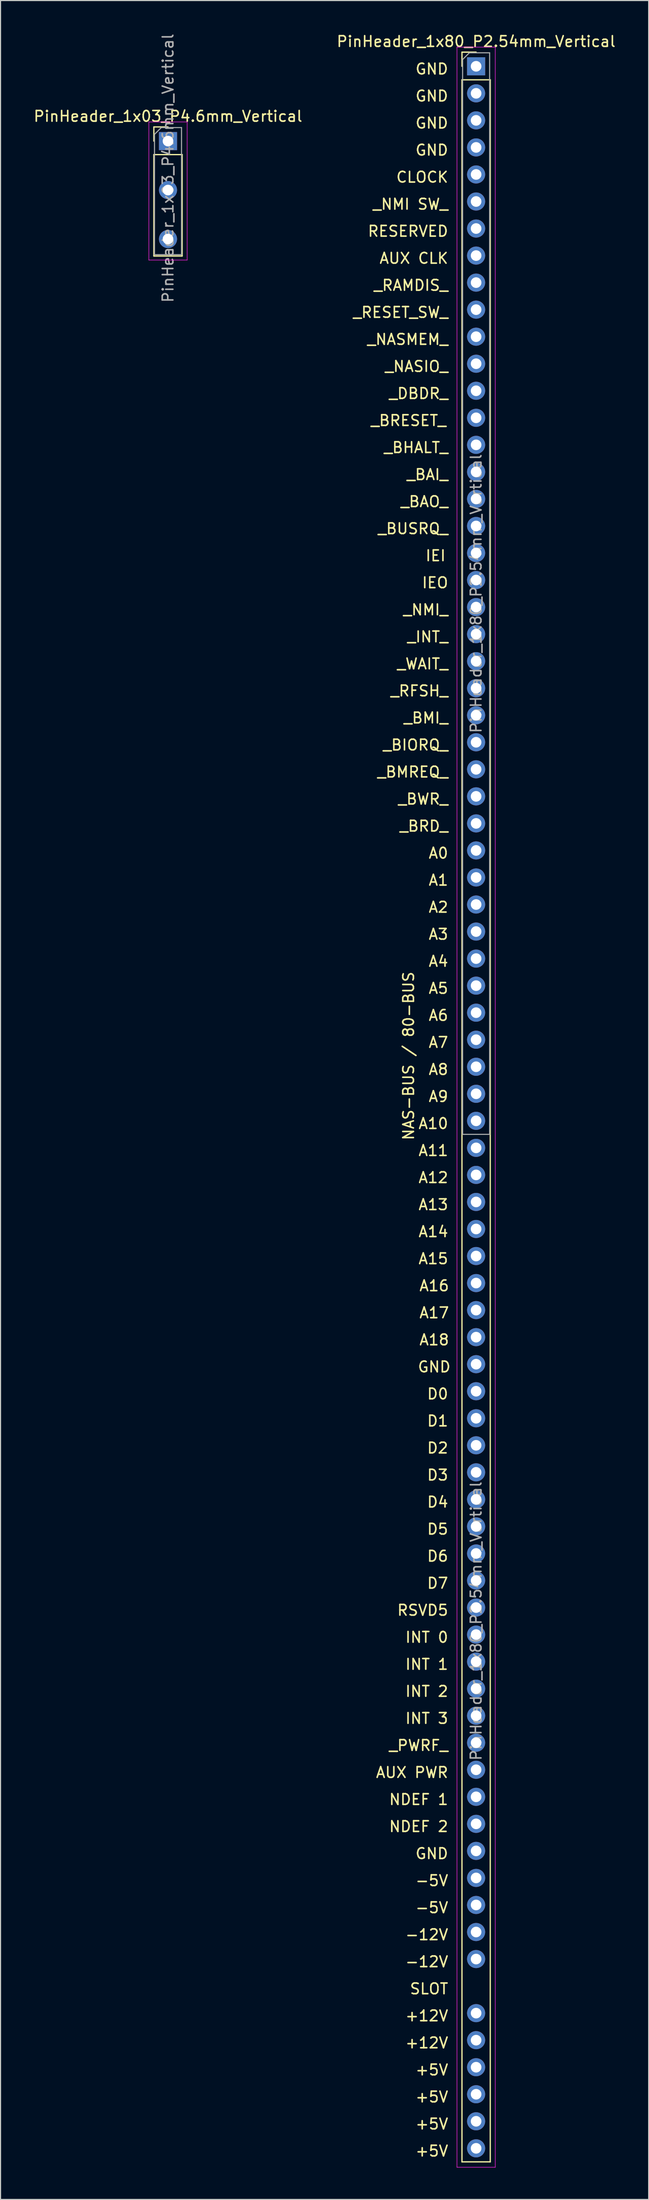
<source format=kicad_pcb>
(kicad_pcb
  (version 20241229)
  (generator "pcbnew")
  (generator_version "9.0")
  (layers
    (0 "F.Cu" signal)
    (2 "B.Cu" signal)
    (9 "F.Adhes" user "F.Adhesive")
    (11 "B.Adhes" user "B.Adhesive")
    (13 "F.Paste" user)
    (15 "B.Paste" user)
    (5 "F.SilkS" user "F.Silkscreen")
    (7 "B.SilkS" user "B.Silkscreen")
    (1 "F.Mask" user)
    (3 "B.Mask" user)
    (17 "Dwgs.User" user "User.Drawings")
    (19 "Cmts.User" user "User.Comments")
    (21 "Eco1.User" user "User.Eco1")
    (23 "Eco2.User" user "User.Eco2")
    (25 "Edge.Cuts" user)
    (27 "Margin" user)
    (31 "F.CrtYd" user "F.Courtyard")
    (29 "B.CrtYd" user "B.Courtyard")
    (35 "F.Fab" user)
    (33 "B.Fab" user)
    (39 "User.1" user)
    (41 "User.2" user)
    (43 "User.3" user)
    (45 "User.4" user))
  (footprint "PinHeader_1x03_P4.6mm_Vertical"
    (layer "F.Cu")
    (at 12.744 10.204)
    (property "Reference" "PinHeader_1x03_P4.6mm_Vertical" (at 0 -2.33 0) (layer "F.SilkS") (effects (font (size 1 1) (thickness 0.15))))
    (attr through_hole)
    (fp_line (start -1.33 -1.33) (end 0 -1.33) (stroke (width 0.12) (type solid)) (layer "F.SilkS"))
    (fp_line (start -1.33 0) (end -1.33 -1.33) (stroke (width 0.12) (type solid)) (layer "F.SilkS"))
    (fp_line (start -1.33 1.27) (end -1.33 10.795) (stroke (width 0.12) (type solid)) (layer "F.SilkS"))
    (fp_line (start -1.33 1.27) (end 1.33 1.27) (stroke (width 0.12) (type solid)) (layer "F.SilkS"))
    (fp_line (start -1.33 10.795) (end 1.33 10.795) (stroke (width 0.12) (type solid)) (layer "F.SilkS"))
    (fp_line (start 1.33 1.27) (end 1.33 10.795) (stroke (width 0.12) (type solid)) (layer "F.SilkS"))
    (fp_line (start -1.8 -1.8) (end -1.8 11.176) (stroke (width 0.05) (type solid)) (layer "F.CrtYd"))
    (fp_line (start -1.8 11.176) (end 1.8 11.176) (stroke (width 0.05) (type solid)) (layer "F.CrtYd"))
    (fp_line (start 1.8 -1.8) (end -1.8 -1.8) (stroke (width 0.05) (type solid)) (layer "F.CrtYd"))
    (fp_line (start 1.8 11.176) (end 1.8 -1.8) (stroke (width 0.05) (type solid)) (layer "F.CrtYd"))
    (fp_line (start -1.27 -0.635) (end -0.635 -1.27) (stroke (width 0.1) (type solid)) (layer "F.Fab"))
    (fp_line (start -1.27 10.668) (end -1.27 -0.635) (stroke (width 0.1) (type solid)) (layer "F.Fab"))
    (fp_line (start -0.635 -1.27) (end 1.27 -1.27) (stroke (width 0.1) (type solid)) (layer "F.Fab"))
    (fp_line (start 1.27 -1.27) (end 1.27 10.668) (stroke (width 0.1) (type solid)) (layer "F.Fab"))
    (fp_line (start 1.27 10.668) (end -1.27 10.668) (stroke (width 0.1) (type solid)) (layer "F.Fab"))
    (fp_text user "${REFERENCE}" (at 0 2.54 90) (layer "F.Fab") (effects (font (size 1 1) (thickness 0.15))))
    (pad "1" thru_hole rect (at 0 0) (size 1.7 1.7) (drill 1) (layers "*.Cu" "*.Mask"))
    (pad "2" thru_hole oval (at 0 4.6) (size 1.7 1.7) (drill 1) (layers "*.Cu" "*.Mask"))
    (pad "3" thru_hole oval (at 0 9.2) (size 1.7 1.7) (drill 1) (layers "*.Cu" "*.Mask")))
  (footprint "PinHeader_1x80_P2.54mm_Vertical"
    (layer "F.Cu")
    (at 41.708 3.178)
    (property "Reference" "PinHeader_1x80_P2.54mm_Vertical" (at 0 -2.33 0) (layer "F.SilkS") (effects (font (size 1 1) (thickness 0.15))))
    (attr through_hole)
    (fp_line (start -1.33 -1.33) (end 0 -1.33) (stroke (width 0.12) (type solid)) (layer "F.SilkS"))
    (fp_line (start -1.33 0) (end -1.33 -1.33) (stroke (width 0.12) (type solid)) (layer "F.SilkS"))
    (fp_line (start -1.33 1.27) (end -1.33 196.85) (stroke (width 0.12) (type solid)) (layer "F.SilkS"))
    (fp_line (start -1.33 1.27) (end 1.33 1.27) (stroke (width 0.12) (type solid)) (layer "F.SilkS"))
    (fp_line (start -1.33 196.85) (end 1.33 196.85) (stroke (width 0.12) (type solid)) (layer "F.SilkS"))
    (fp_line (start 1.33 1.27) (end 1.33 196.85) (stroke (width 0.12) (type solid)) (layer "F.SilkS"))
    (fp_line (start -1.8 -1.8) (end -1.8 197.358) (stroke (width 0.05) (type solid)) (layer "F.CrtYd"))
    (fp_line (start -1.8 197.358) (end 1.8 197.358) (stroke (width 0.05) (type solid)) (layer "F.CrtYd"))
    (fp_line (start 1.8 -1.8) (end -1.8 -1.8) (stroke (width 0.05) (type solid)) (layer "F.CrtYd"))
    (fp_line (start 1.8 197.358) (end 1.8 -1.8) (stroke (width 0.05) (type solid)) (layer "F.CrtYd"))
    (fp_line (start -1.27 -0.635) (end -0.635 -1.27) (stroke (width 0.1) (type solid)) (layer "F.Fab"))
    (fp_line (start -1.27 100.33) (end -1.27 -0.635) (stroke (width 0.1) (type solid)) (layer "F.Fab"))
    (fp_line (start -0.635 -1.27) (end 1.27 -1.27) (stroke (width 0.1) (type solid)) (layer "F.Fab"))
    (fp_line (start 1.27 -1.27) (end 1.27 100.33) (stroke (width 0.1) (type solid)) (layer "F.Fab"))
    (fp_line (start 1.27 100.33) (end -1.27 100.33) (stroke (width 0.1) (type solid)) (layer "F.Fab"))
    (fp_text user "GND" (at -2.54 5.334 0) (layer "F.SilkS") (effects (font (size 1 1) (thickness 0.15)) (justify right)))
    (fp_text user "-12V" (at -2.54 178.054 0) (layer "F.SilkS") (effects (font (size 1 1) (thickness 0.15)) (justify right)))
    (fp_text user "NDEF 2" (at -2.54 165.354 0) (layer "F.SilkS") (effects (font (size 1 1) (thickness 0.15)) (justify right)))
    (fp_text user "_BAO_" (at -2.54 40.894 0) (layer "F.SilkS") (effects (font (size 1 1) (thickness 0.15)) (justify right)))
    (fp_text user "D7" (at -2.54 142.494 0) (layer "F.SilkS") (effects (font (size 1 1) (thickness 0.15)) (justify right)))
    (fp_text user "_RESET_SW_" (at -2.54 23.114 0) (layer "F.SilkS") (effects (font (size 1 1) (thickness 0.15)) (justify right)))
    (fp_text user "CLOCK" (at -2.54 10.414 0) (layer "F.SilkS") (effects (font (size 1 1) (thickness 0.15)) (justify right)))
    (fp_text user "-5V" (at -2.54 172.974 0) (layer "F.SilkS") (effects (font (size 1 1) (thickness 0.15)) (justify right)))
    (fp_text user "_RFSH_" (at -2.54 58.674 0) (layer "F.SilkS") (effects (font (size 1 1) (thickness 0.15)) (justify right)))
    (fp_text user "IEI" (at -3.81 45.974 0) (layer "F.SilkS") (effects (font (size 1 1) (thickness 0.15))))
    (fp_text user "A9" (at -2.54 96.774 0) (layer "F.SilkS") (effects (font (size 1 1) (thickness 0.15)) (justify right)))
    (fp_text user "A14" (at -2.54 109.474 0) (layer "F.SilkS") (effects (font (size 1 1) (thickness 0.15)) (justify right)))
    (fp_text user "A13" (at -2.54 106.934 0) (layer "F.SilkS") (effects (font (size 1 1) (thickness 0.15)) (justify right)))
    (fp_text user "D0" (at -2.54 124.714 0) (layer "F.SilkS") (effects (font (size 1 1) (thickness 0.15)) (justify right)))
    (fp_text user "_DBDR_" (at -2.54 30.734 0) (layer "F.SilkS") (effects (font (size 1 1) (thickness 0.15)) (justify right)))
    (fp_text user "_WAIT_" (at -2.54 56.134 0) (layer "F.SilkS") (effects (font (size 1 1) (thickness 0.15)) (justify right)))
    (fp_text user "NDEF 1" (at -2.54 162.814 0) (layer "F.SilkS") (effects (font (size 1 1) (thickness 0.15)) (justify right)))
    (fp_text user "SLOT" (at -2.54 180.594 0) (layer "F.SilkS") (effects (font (size 1 1) (thickness 0.15)) (justify right)))
    (fp_text user "_BHALT_" (at -2.54 35.814 0) (layer "F.SilkS") (effects (font (size 1 1) (thickness 0.15)) (justify right)))
    (fp_text user "_NMI SW_" (at -2.54 12.954 0) (layer "F.SilkS") (effects (font (size 1 1) (thickness 0.15)) (justify right)))
    (fp_text user "D2" (at -2.54 129.794 0) (layer "F.SilkS") (effects (font (size 1 1) (thickness 0.15)) (justify right)))
    (fp_text user "GND" (at -2.54 0.254 0) (layer "F.SilkS") (effects (font (size 1 1) (thickness 0.15)) (justify right)))
    (fp_text user "A4" (at -2.54 84.074 0) (layer "F.SilkS") (effects (font (size 1 1) (thickness 0.15)) (justify right)))
    (fp_text user "GND" (at -2.54 7.874 0) (layer "F.SilkS") (effects (font (size 1 1) (thickness 0.15)) (justify right)))
    (fp_text user "A12" (at -2.54 104.394 0) (layer "F.SilkS") (effects (font (size 1 1) (thickness 0.15)) (justify right)))
    (fp_text user "GND" (at -2.54 2.794 0) (layer "F.SilkS") (effects (font (size 1 1) (thickness 0.15)) (justify right)))
    (fp_text user "A18" (at -3.937 119.634 0) (layer "F.SilkS") (effects (font (size 1 1) (thickness 0.15))))
    (fp_text user "D6" (at -2.54 139.954 0) (layer "F.SilkS") (effects (font (size 1 1) (thickness 0.15)) (justify right)))
    (fp_text user "A3" (at -2.54 81.534 0) (layer "F.SilkS") (effects (font (size 1 1) (thickness 0.15)) (justify right)))
    (fp_text user "_BMI_" (at -2.54 61.214 0) (layer "F.SilkS") (effects (font (size 1 1) (thickness 0.15)) (justify right)))
    (fp_text user "GND" (at -3.937 122.174 0) (layer "F.SilkS") (effects (font (size 1 1) (thickness 0.15))))
    (fp_text user "INT 0" (at -2.54 147.574 0) (layer "F.SilkS") (effects (font (size 1 1) (thickness 0.15)) (justify right)))
    (fp_text user "GND" (at -2.54 167.894 0) (layer "F.SilkS") (effects (font (size 1 1) (thickness 0.15)) (justify right)))
    (fp_text user "D3" (at -2.54 132.334 0) (layer "F.SilkS") (effects (font (size 1 1) (thickness 0.15)) (justify right)))
    (fp_text user "_BAI_" (at -2.54 38.354 0) (layer "F.SilkS") (effects (font (size 1 1) (thickness 0.15)) (justify right)))
    (fp_text user "_BWR_" (at -2.54 68.834 0) (layer "F.SilkS") (effects (font (size 1 1) (thickness 0.15)) (justify right)))
    (fp_text user "_NMI_" (at -2.54 51.054 0) (layer "F.SilkS") (effects (font (size 1 1) (thickness 0.15)) (justify right)))
    (fp_text user "D5" (at -2.54 137.414 0) (layer "F.SilkS") (effects (font (size 1 1) (thickness 0.15)) (justify right)))
    (fp_text user "_BUSRQ_" (at -2.54 43.434 0) (layer "F.SilkS") (effects (font (size 1 1) (thickness 0.15)) (justify right)))
    (fp_text user "D4" (at -2.54 134.874 0) (layer "F.SilkS") (effects (font (size 1 1) (thickness 0.15)) (justify right)))
    (fp_text user "A17" (at -3.937 117.094 0) (layer "F.SilkS") (effects (font (size 1 1) (thickness 0.15))))
    (fp_text user "A5" (at -2.54 86.614 0) (layer "F.SilkS") (effects (font (size 1 1) (thickness 0.15)) (justify right)))
    (fp_text user "IEO" (at -2.54 48.514 0) (layer "F.SilkS") (effects (font (size 1 1) (thickness 0.15)) (justify right)))
    (fp_text user "A0" (at -2.54 73.914 0) (layer "F.SilkS") (effects (font (size 1 1) (thickness 0.15)) (justify right)))
    (fp_text user "NAS-BUS / 80-BUS" (at -6.35 92.964 90) (layer "F.SilkS") (effects (font (size 1 1) (thickness 0.15))))
    (fp_text user "INT 1" (at -2.54 150.114 0) (layer "F.SilkS") (effects (font (size 1 1) (thickness 0.15)) (justify right)))
    (fp_text user "A8" (at -2.54 94.234 0) (layer "F.SilkS") (effects (font (size 1 1) (thickness 0.15)) (justify right)))
    (fp_text user "_BRESET_" (at -6.35 33.274 0) (layer "F.SilkS") (effects (font (size 1 1) (thickness 0.15))))
    (fp_text user "A16" (at -3.937 114.554 0) (layer "F.SilkS") (effects (font (size 1 1) (thickness 0.15))))
    (fp_text user "-12V" (at -2.54 175.514 0) (layer "F.SilkS") (effects (font (size 1 1) (thickness 0.15)) (justify right)))
    (fp_text user "RSVD5" (at -2.54 145.034 0) (layer "F.SilkS") (effects (font (size 1 1) (thickness 0.15)) (justify right)))
    (fp_text user "+5V" (at -2.54 195.834 0) (layer "F.SilkS") (effects (font (size 1 1) (thickness 0.15)) (justify right)))
    (fp_text user "_BMREQ_" (at -2.54 66.294 0) (layer "F.SilkS") (effects (font (size 1 1) (thickness 0.15)) (justify right)))
    (fp_text user "D1" (at -2.54 127.254 0) (layer "F.SilkS") (effects (font (size 1 1) (thickness 0.15)) (justify right)))
    (fp_text user "A2" (at -2.54 78.994 0) (layer "F.SilkS") (effects (font (size 1 1) (thickness 0.15)) (justify right)))
    (fp_text user "A1" (at -2.54 76.454 0) (layer "F.SilkS") (effects (font (size 1 1) (thickness 0.15)) (justify right)))
    (fp_text user "_NASIO_" (at -2.54 28.194 0) (layer "F.SilkS") (effects (font (size 1 1) (thickness 0.15)) (justify right)))
    (fp_text user "A6" (at -2.54 89.154 0) (layer "F.SilkS") (effects (font (size 1 1) (thickness 0.15)) (justify right)))
    (fp_text user "_BIORQ_" (at -2.54 63.754 0) (layer "F.SilkS") (effects (font (size 1 1) (thickness 0.15)) (justify right)))
    (fp_text user "AUX CLK" (at -2.54 18.034 0) (layer "F.SilkS") (effects (font (size 1 1) (thickness 0.15)) (justify right)))
    (fp_text user "INT 2" (at -2.54 152.654 0) (layer "F.SilkS") (effects (font (size 1 1) (thickness 0.15)) (justify right)))
    (fp_text user "A7" (at -2.54 91.694 0) (layer "F.SilkS") (effects (font (size 1 1) (thickness 0.15)) (justify right)))
    (fp_text user "+5V" (at -2.54 188.214 0) (layer "F.SilkS") (effects (font (size 1 1) (thickness 0.15)) (justify right)))
    (fp_text user "_INT_" (at -2.54 53.594 0) (layer "F.SilkS") (effects (font (size 1 1) (thickness 0.15)) (justify right)))
    (fp_text user "+5V" (at -2.54 193.294 0) (layer "F.SilkS") (effects (font (size 1 1) (thickness 0.15)) (justify right)))
    (fp_text user "_RAMDIS_" (at -2.54 20.574 0) (layer "F.SilkS") (effects (font (size 1 1) (thickness 0.15)) (justify right)))
    (fp_text user "A11" (at -2.54 101.854 0) (layer "F.SilkS") (effects (font (size 1 1) (thickness 0.15)) (justify right)))
    (fp_text user "A10" (at -2.54 99.314 0) (layer "F.SilkS") (effects (font (size 1 1) (thickness 0.15)) (justify right)))
    (fp_text user "AUX PWR" (at -2.54 160.274 0) (layer "F.SilkS") (effects (font (size 1 1) (thickness 0.15)) (justify right)))
    (fp_text user "+5V" (at -2.54 190.754 0) (layer "F.SilkS") (effects (font (size 1 1) (thickness 0.15)) (justify right)))
    (fp_text user "-5V" (at -2.54 170.434 0) (layer "F.SilkS") (effects (font (size 1 1) (thickness 0.15)) (justify right)))
    (fp_text user "A15" (at -2.54 112.014 0) (layer "F.SilkS") (effects (font (size 1 1) (thickness 0.15)) (justify right)))
    (fp_text user "_NASMEM_" (at -2.54 25.654 0) (layer "F.SilkS") (effects (font (size 1 1) (thickness 0.15)) (justify right)))
    (fp_text user "_BRD_" (at -2.54 71.374 0) (layer "F.SilkS") (effects (font (size 1 1) (thickness 0.15)) (justify right)))
    (fp_text user "_PWRF_" (at -2.54 157.734 0) (layer "F.SilkS") (effects (font (size 1 1) (thickness 0.15)) (justify right)))
    (fp_text user "INT 3" (at -2.54 155.194 0) (layer "F.SilkS") (effects (font (size 1 1) (thickness 0.15)) (justify right)))
    (fp_text user "+12V" (at -2.54 183.134 0) (layer "F.SilkS") (effects (font (size 1 1) (thickness 0.15)) (justify right)))
    (fp_text user "+12V" (at -2.54 185.674 0) (layer "F.SilkS") (effects (font (size 1 1) (thickness 0.15)) (justify right)))
    (fp_text user "RESERVED" (at -2.54 15.494 0) (layer "F.SilkS") (effects (font (size 1 1) (thickness 0.15)) (justify right)))
    (fp_text user "${REFERENCE}" (at 0 146.05 90) (layer "F.Fab") (effects (font (size 1 1) (thickness 0.15))))
    (fp_text user "${REFERENCE}" (at 0 49.53 90) (layer "F.Fab") (effects (font (size 1 1) (thickness 0.15))))
    (pad "1" thru_hole rect (at 0 0) (size 1.7 1.7) (drill 1) (layers "*.Cu" "*.Mask"))
    (pad "2" thru_hole oval (at 0 2.54) (size 1.7 1.7) (drill 1) (layers "*.Cu" "*.Mask"))
    (pad "3" thru_hole oval (at 0 5.08) (size 1.7 1.7) (drill 1) (layers "*.Cu" "*.Mask"))
    (pad "4" thru_hole oval (at 0 7.62) (size 1.7 1.7) (drill 1) (layers "*.Cu" "*.Mask"))
    (pad "5" thru_hole oval (at 0 10.16) (size 1.7 1.7) (drill 1) (layers "*.Cu" "*.Mask"))
    (pad "6" thru_hole oval (at 0 12.7) (size 1.7 1.7) (drill 1) (layers "*.Cu" "*.Mask"))
    (pad "7" thru_hole oval (at 0 15.24) (size 1.7 1.7) (drill 1) (layers "*.Cu" "*.Mask"))
    (pad "8" thru_hole oval (at 0 17.78) (size 1.7 1.7) (drill 1) (layers "*.Cu" "*.Mask"))
    (pad "9" thru_hole oval (at 0 20.32) (size 1.7 1.7) (drill 1) (layers "*.Cu" "*.Mask"))
    (pad "10" thru_hole oval (at 0 22.86) (size 1.7 1.7) (drill 1) (layers "*.Cu" "*.Mask"))
    (pad "11" thru_hole oval (at 0 25.4) (size 1.7 1.7) (drill 1) (layers "*.Cu" "*.Mask"))
    (pad "12" thru_hole oval (at 0 27.94) (size 1.7 1.7) (drill 1) (layers "*.Cu" "*.Mask"))
    (pad "13" thru_hole oval (at 0 30.48) (size 1.7 1.7) (drill 1) (layers "*.Cu" "*.Mask"))
    (pad "14" thru_hole oval (at 0 33.02) (size 1.7 1.7) (drill 1) (layers "*.Cu" "*.Mask"))
    (pad "15" thru_hole oval (at 0 35.56) (size 1.7 1.7) (drill 1) (layers "*.Cu" "*.Mask"))
    (pad "16" thru_hole oval (at 0 38.1) (size 1.7 1.7) (drill 1) (layers "*.Cu" "*.Mask"))
    (pad "17" thru_hole oval (at 0 40.64) (size 1.7 1.7) (drill 1) (layers "*.Cu" "*.Mask"))
    (pad "18" thru_hole oval (at 0 43.18) (size 1.7 1.7) (drill 1) (layers "*.Cu" "*.Mask"))
    (pad "19" thru_hole oval (at 0 45.72) (size 1.7 1.7) (drill 1) (layers "*.Cu" "*.Mask"))
    (pad "20" thru_hole oval (at 0 48.26) (size 1.7 1.7) (drill 1) (layers "*.Cu" "*.Mask"))
    (pad "21" thru_hole oval (at 0 50.8) (size 1.7 1.7) (drill 1) (layers "*.Cu" "*.Mask"))
    (pad "22" thru_hole oval (at 0 53.34) (size 1.7 1.7) (drill 1) (layers "*.Cu" "*.Mask"))
    (pad "23" thru_hole oval (at 0 55.88) (size 1.7 1.7) (drill 1) (layers "*.Cu" "*.Mask"))
    (pad "24" thru_hole oval (at 0 58.42) (size 1.7 1.7) (drill 1) (layers "*.Cu" "*.Mask"))
    (pad "25" thru_hole oval (at 0 60.96) (size 1.7 1.7) (drill 1) (layers "*.Cu" "*.Mask"))
    (pad "26" thru_hole oval (at 0 63.5) (size 1.7 1.7) (drill 1) (layers "*.Cu" "*.Mask"))
    (pad "27" thru_hole oval (at 0 66.04) (size 1.7 1.7) (drill 1) (layers "*.Cu" "*.Mask"))
    (pad "28" thru_hole oval (at 0 68.58) (size 1.7 1.7) (drill 1) (layers "*.Cu" "*.Mask"))
    (pad "29" thru_hole oval (at 0 71.12) (size 1.7 1.7) (drill 1) (layers "*.Cu" "*.Mask"))
    (pad "30" thru_hole oval (at 0 73.66) (size 1.7 1.7) (drill 1) (layers "*.Cu" "*.Mask"))
    (pad "31" thru_hole oval (at 0 76.2) (size 1.7 1.7) (drill 1) (layers "*.Cu" "*.Mask"))
    (pad "32" thru_hole oval (at 0 78.74) (size 1.7 1.7) (drill 1) (layers "*.Cu" "*.Mask"))
    (pad "33" thru_hole oval (at 0 81.28) (size 1.7 1.7) (drill 1) (layers "*.Cu" "*.Mask"))
    (pad "34" thru_hole oval (at 0 83.82) (size 1.7 1.7) (drill 1) (layers "*.Cu" "*.Mask"))
    (pad "35" thru_hole oval (at 0 86.36) (size 1.7 1.7) (drill 1) (layers "*.Cu" "*.Mask"))
    (pad "36" thru_hole oval (at 0 88.9) (size 1.7 1.7) (drill 1) (layers "*.Cu" "*.Mask"))
    (pad "37" thru_hole oval (at 0 91.44) (size 1.7 1.7) (drill 1) (layers "*.Cu" "*.Mask"))
    (pad "38" thru_hole oval (at 0 93.98) (size 1.7 1.7) (drill 1) (layers "*.Cu" "*.Mask"))
    (pad "39" thru_hole oval (at 0 96.52) (size 1.7 1.7) (drill 1) (layers "*.Cu" "*.Mask"))
    (pad "40" thru_hole oval (at 0 99.06) (size 1.7 1.7) (drill 1) (layers "*.Cu" "*.Mask"))
    (pad "41" thru_hole oval (at 0 101.6) (size 1.7 1.7) (drill 1) (layers "*.Cu" "*.Mask"))
    (pad "42" thru_hole oval (at 0 104.14) (size 1.7 1.7) (drill 1) (layers "*.Cu" "*.Mask"))
    (pad "43" thru_hole oval (at 0 106.68) (size 1.7 1.7) (drill 1) (layers "*.Cu" "*.Mask"))
    (pad "44" thru_hole oval (at 0 109.22) (size 1.7 1.7) (drill 1) (layers "*.Cu" "*.Mask"))
    (pad "45" thru_hole oval (at 0 111.76) (size 1.7 1.7) (drill 1) (layers "*.Cu" "*.Mask"))
    (pad "46" thru_hole oval (at 0 114.3) (size 1.7 1.7) (drill 1) (layers "*.Cu" "*.Mask"))
    (pad "47" thru_hole oval (at 0 116.84) (size 1.7 1.7) (drill 1) (layers "*.Cu" "*.Mask"))
    (pad "48" thru_hole oval (at 0 119.38) (size 1.7 1.7) (drill 1) (layers "*.Cu" "*.Mask"))
    (pad "49" thru_hole oval (at 0 121.92) (size 1.7 1.7) (drill 1) (layers "*.Cu" "*.Mask"))
    (pad "50" thru_hole oval (at 0 124.46) (size 1.7 1.7) (drill 1) (layers "*.Cu" "*.Mask"))
    (pad "51" thru_hole oval (at 0 127) (size 1.7 1.7) (drill 1) (layers "*.Cu" "*.Mask"))
    (pad "52" thru_hole oval (at 0 129.54) (size 1.7 1.7) (drill 1) (layers "*.Cu" "*.Mask"))
    (pad "53" thru_hole oval (at 0 132.08) (size 1.7 1.7) (drill 1) (layers "*.Cu" "*.Mask"))
    (pad "54" thru_hole oval (at 0 134.62) (size 1.7 1.7) (drill 1) (layers "*.Cu" "*.Mask"))
    (pad "55" thru_hole oval (at 0 137.16) (size 1.7 1.7) (drill 1) (layers "*.Cu" "*.Mask"))
    (pad "56" thru_hole oval (at 0 139.7) (size 1.7 1.7) (drill 1) (layers "*.Cu" "*.Mask"))
    (pad "57" thru_hole oval (at 0 142.24) (size 1.7 1.7) (drill 1) (layers "*.Cu" "*.Mask"))
    (pad "58" thru_hole oval (at 0 144.78) (size 1.7 1.7) (drill 1) (layers "*.Cu" "*.Mask"))
    (pad "59" thru_hole oval (at 0 147.32) (size 1.7 1.7) (drill 1) (layers "*.Cu" "*.Mask"))
    (pad "60" thru_hole oval (at 0 149.86) (size 1.7 1.7) (drill 1) (layers "*.Cu" "*.Mask"))
    (pad "61" thru_hole oval (at 0 152.4) (size 1.7 1.7) (drill 1) (layers "*.Cu" "*.Mask"))
    (pad "62" thru_hole oval (at 0 154.94) (size 1.7 1.7) (drill 1) (layers "*.Cu" "*.Mask"))
    (pad "63" thru_hole oval (at 0 157.48) (size 1.7 1.7) (drill 1) (layers "*.Cu" "*.Mask"))
    (pad "64" thru_hole oval (at 0 160.02) (size 1.7 1.7) (drill 1) (layers "*.Cu" "*.Mask"))
    (pad "65" thru_hole oval (at 0 162.56) (size 1.7 1.7) (drill 1) (layers "*.Cu" "*.Mask"))
    (pad "66" thru_hole oval (at 0 165.1) (size 1.7 1.7) (drill 1) (layers "*.Cu" "*.Mask"))
    (pad "67" thru_hole oval (at 0 167.64) (size 1.7 1.7) (drill 1) (layers "*.Cu" "*.Mask"))
    (pad "68" thru_hole oval (at 0 170.18) (size 1.7 1.7) (drill 1) (layers "*.Cu" "*.Mask"))
    (pad "69" thru_hole oval (at 0 172.72) (size 1.7 1.7) (drill 1) (layers "*.Cu" "*.Mask"))
    (pad "70" thru_hole oval (at 0 175.26) (size 1.7 1.7) (drill 1) (layers "*.Cu" "*.Mask"))
    (pad "71" thru_hole oval (at 0 177.8) (size 1.7 1.7) (drill 1) (layers "*.Cu" "*.Mask"))
    (pad "73" thru_hole oval (at 0 182.88) (size 1.7 1.7) (drill 1) (layers "*.Cu" "*.Mask"))
    (pad "74" thru_hole oval (at 0 185.42) (size 1.7 1.7) (drill 1) (layers "*.Cu" "*.Mask"))
    (pad "75" thru_hole oval (at 0 187.96) (size 1.7 1.7) (drill 1) (layers "*.Cu" "*.Mask"))
    (pad "76" thru_hole oval (at 0 190.5) (size 1.7 1.7) (drill 1) (layers "*.Cu" "*.Mask"))
    (pad "77" thru_hole oval (at 0 193.04) (size 1.7 1.7) (drill 1) (layers "*.Cu" "*.Mask"))
    (pad "78" thru_hole oval (at 0 195.58) (size 1.7 1.7) (drill 1) (layers "*.Cu" "*.Mask")))
  (gr_rect
    (start -3 -3)
    (end 57.929 203.561)
    (stroke (width 0.1) (type default))
    (fill no)
    (layer "Edge.Cuts")))
</source>
